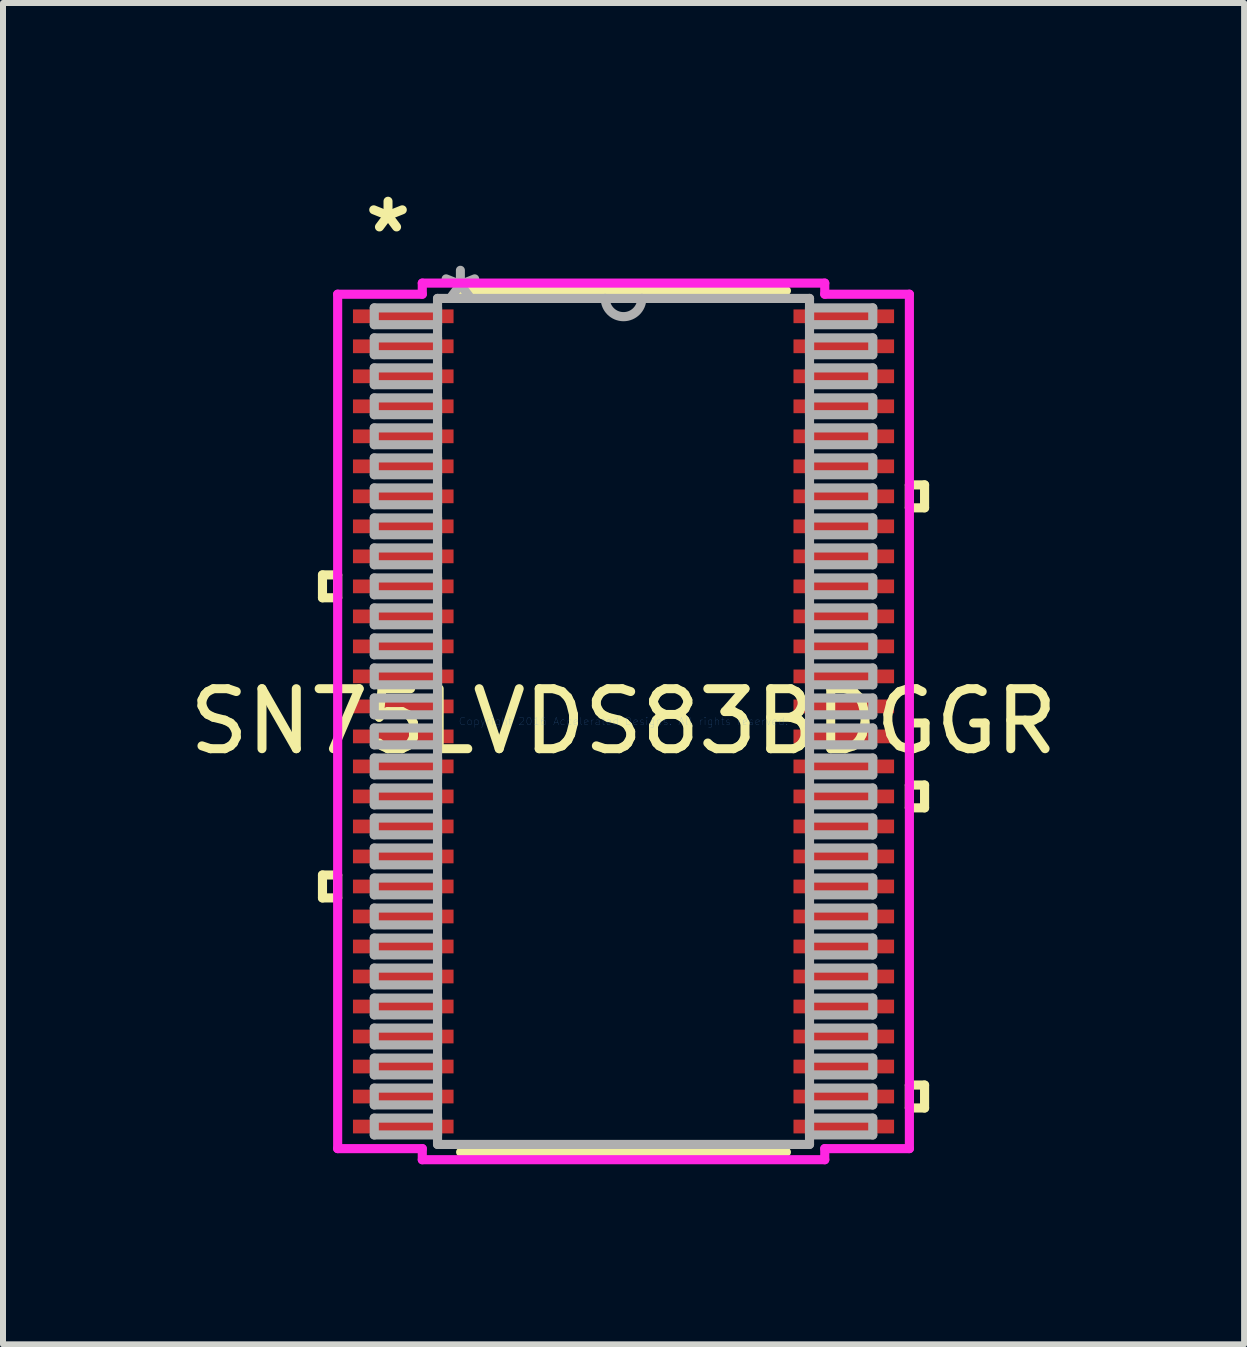
<source format=kicad_pcb>
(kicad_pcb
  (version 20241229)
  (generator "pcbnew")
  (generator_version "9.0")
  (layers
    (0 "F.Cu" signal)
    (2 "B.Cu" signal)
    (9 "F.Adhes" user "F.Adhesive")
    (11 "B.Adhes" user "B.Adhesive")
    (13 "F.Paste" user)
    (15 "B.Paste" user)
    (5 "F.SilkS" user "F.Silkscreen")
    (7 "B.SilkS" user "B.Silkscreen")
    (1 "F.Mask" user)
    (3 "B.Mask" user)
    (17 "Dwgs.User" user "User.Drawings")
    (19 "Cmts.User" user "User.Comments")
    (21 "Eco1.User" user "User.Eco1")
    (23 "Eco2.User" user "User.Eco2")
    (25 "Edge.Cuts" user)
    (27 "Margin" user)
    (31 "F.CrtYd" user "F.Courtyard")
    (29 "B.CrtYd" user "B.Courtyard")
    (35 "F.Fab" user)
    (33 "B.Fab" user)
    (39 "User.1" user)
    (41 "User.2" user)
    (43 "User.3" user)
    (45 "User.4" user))
  (footprint "SN75LVDS83BDGGR"
    (layer "F.Cu")
    (at 7.339 8.97)
    (property "Reference" "SN75LVDS83BDGGR" (at 0 0 0) (layer "F.SilkS") (effects (font (size 1 1) (thickness 0.15))))
    (attr through_hole)
    (fp_line (start -5.016 -2.441) (end -5.016 -2.06) (stroke (width 0.152) (type solid)) (layer "F.SilkS"))
    (fp_line (start -5.016 -2.06) (end -4.763 -2.06) (stroke (width 0.152) (type solid)) (layer "F.SilkS"))
    (fp_line (start -5.016 2.559) (end -5.016 2.941) (stroke (width 0.152) (type solid)) (layer "F.SilkS"))
    (fp_line (start -5.016 2.941) (end -4.763 2.941) (stroke (width 0.152) (type solid)) (layer "F.SilkS"))
    (fp_line (start -4.763 -2.441) (end -5.016 -2.441) (stroke (width 0.152) (type solid)) (layer "F.SilkS"))
    (fp_line (start -4.763 -2.06) (end -4.763 -2.441) (stroke (width 0.152) (type solid)) (layer "F.SilkS"))
    (fp_line (start -4.763 2.559) (end -5.016 2.559) (stroke (width 0.152) (type solid)) (layer "F.SilkS"))
    (fp_line (start -4.763 2.941) (end -4.763 2.559) (stroke (width 0.152) (type solid)) (layer "F.SilkS"))
    (fp_line (start -2.714 7.176) (end 2.714 7.176) (stroke (width 0.152) (type solid)) (layer "F.SilkS"))
    (fp_line (start 2.714 -7.176) (end -2.714 -7.176) (stroke (width 0.152) (type solid)) (layer "F.SilkS"))
    (fp_line (start 4.763 -3.941) (end 5.016 -3.941) (stroke (width 0.152) (type solid)) (layer "F.SilkS"))
    (fp_line (start 4.763 -3.559) (end 4.763 -3.941) (stroke (width 0.152) (type solid)) (layer "F.SilkS"))
    (fp_line (start 4.763 1.06) (end 5.016 1.06) (stroke (width 0.152) (type solid)) (layer "F.SilkS"))
    (fp_line (start 4.763 1.44) (end 4.763 1.06) (stroke (width 0.152) (type solid)) (layer "F.SilkS"))
    (fp_line (start 4.763 6.059) (end 5.016 6.059) (stroke (width 0.152) (type solid)) (layer "F.SilkS"))
    (fp_line (start 4.763 6.441) (end 4.763 6.059) (stroke (width 0.152) (type solid)) (layer "F.SilkS"))
    (fp_line (start 5.016 -3.941) (end 5.016 -3.559) (stroke (width 0.152) (type solid)) (layer "F.SilkS"))
    (fp_line (start 5.016 -3.559) (end 4.763 -3.559) (stroke (width 0.152) (type solid)) (layer "F.SilkS"))
    (fp_line (start 5.016 1.06) (end 5.016 1.44) (stroke (width 0.152) (type solid)) (layer "F.SilkS"))
    (fp_line (start 5.016 1.44) (end 4.763 1.44) (stroke (width 0.152) (type solid)) (layer "F.SilkS"))
    (fp_line (start 5.016 6.059) (end 5.016 6.441) (stroke (width 0.152) (type solid)) (layer "F.SilkS"))
    (fp_line (start 5.016 6.441) (end 4.763 6.441) (stroke (width 0.152) (type solid)) (layer "F.SilkS"))
    (fp_line (start -4.763 -7.118) (end -3.353 -7.118) (stroke (width 0.152) (type solid)) (layer "F.CrtYd"))
    (fp_line (start -4.763 7.118) (end -4.763 -7.118) (stroke (width 0.152) (type solid)) (layer "F.CrtYd"))
    (fp_line (start -3.353 -7.303) (end 3.353 -7.303) (stroke (width 0.152) (type solid)) (layer "F.CrtYd"))
    (fp_line (start -3.353 -7.118) (end -3.353 -7.303) (stroke (width 0.152) (type solid)) (layer "F.CrtYd"))
    (fp_line (start -3.353 7.118) (end -4.763 7.118) (stroke (width 0.152) (type solid)) (layer "F.CrtYd"))
    (fp_line (start -3.353 7.303) (end -3.353 7.118) (stroke (width 0.152) (type solid)) (layer "F.CrtYd"))
    (fp_line (start 3.353 -7.303) (end 3.353 -7.118) (stroke (width 0.152) (type solid)) (layer "F.CrtYd"))
    (fp_line (start 3.353 -7.118) (end 4.763 -7.118) (stroke (width 0.152) (type solid)) (layer "F.CrtYd"))
    (fp_line (start 3.353 7.118) (end 3.353 7.303) (stroke (width 0.152) (type solid)) (layer "F.CrtYd"))
    (fp_line (start 3.353 7.303) (end -3.353 7.303) (stroke (width 0.152) (type solid)) (layer "F.CrtYd"))
    (fp_line (start 4.763 -7.118) (end 4.763 7.118) (stroke (width 0.152) (type solid)) (layer "F.CrtYd"))
    (fp_line (start 4.763 7.118) (end 3.353 7.118) (stroke (width 0.152) (type solid)) (layer "F.CrtYd"))
    (fp_line (start -4.153 -6.89) (end -4.153 -6.61) (stroke (width 0.152) (type solid)) (layer "F.Fab"))
    (fp_line (start -4.153 -6.61) (end -3.099 -6.61) (stroke (width 0.152) (type solid)) (layer "F.Fab"))
    (fp_line (start -4.153 -6.39) (end -4.153 -6.11) (stroke (width 0.152) (type solid)) (layer "F.Fab"))
    (fp_line (start -4.153 -6.11) (end -3.099 -6.11) (stroke (width 0.152) (type solid)) (layer "F.Fab"))
    (fp_line (start -4.153 -5.89) (end -4.153 -5.61) (stroke (width 0.152) (type solid)) (layer "F.Fab"))
    (fp_line (start -4.153 -5.61) (end -3.099 -5.61) (stroke (width 0.152) (type solid)) (layer "F.Fab"))
    (fp_line (start -4.153 -5.39) (end -4.153 -5.11) (stroke (width 0.152) (type solid)) (layer "F.Fab"))
    (fp_line (start -4.153 -5.11) (end -3.099 -5.11) (stroke (width 0.152) (type solid)) (layer "F.Fab"))
    (fp_line (start -4.153 -4.89) (end -4.153 -4.61) (stroke (width 0.152) (type solid)) (layer "F.Fab"))
    (fp_line (start -4.153 -4.61) (end -3.099 -4.61) (stroke (width 0.152) (type solid)) (layer "F.Fab"))
    (fp_line (start -4.153 -4.39) (end -4.153 -4.11) (stroke (width 0.152) (type solid)) (layer "F.Fab"))
    (fp_line (start -4.153 -4.11) (end -3.099 -4.11) (stroke (width 0.152) (type solid)) (layer "F.Fab"))
    (fp_line (start -4.153 -3.89) (end -4.153 -3.61) (stroke (width 0.152) (type solid)) (layer "F.Fab"))
    (fp_line (start -4.153 -3.61) (end -3.099 -3.61) (stroke (width 0.152) (type solid)) (layer "F.Fab"))
    (fp_line (start -4.153 -3.39) (end -4.153 -3.11) (stroke (width 0.152) (type solid)) (layer "F.Fab"))
    (fp_line (start -4.153 -3.11) (end -3.099 -3.11) (stroke (width 0.152) (type solid)) (layer "F.Fab"))
    (fp_line (start -4.153 -2.89) (end -4.153 -2.61) (stroke (width 0.152) (type solid)) (layer "F.Fab"))
    (fp_line (start -4.153 -2.61) (end -3.099 -2.61) (stroke (width 0.152) (type solid)) (layer "F.Fab"))
    (fp_line (start -4.153 -2.39) (end -4.153 -2.11) (stroke (width 0.152) (type solid)) (layer "F.Fab"))
    (fp_line (start -4.153 -2.11) (end -3.099 -2.11) (stroke (width 0.152) (type solid)) (layer "F.Fab"))
    (fp_line (start -4.153 -1.89) (end -4.153 -1.61) (stroke (width 0.152) (type solid)) (layer "F.Fab"))
    (fp_line (start -4.153 -1.61) (end -3.099 -1.61) (stroke (width 0.152) (type solid)) (layer "F.Fab"))
    (fp_line (start -4.153 -1.39) (end -4.153 -1.11) (stroke (width 0.152) (type solid)) (layer "F.Fab"))
    (fp_line (start -4.153 -1.11) (end -3.099 -1.11) (stroke (width 0.152) (type solid)) (layer "F.Fab"))
    (fp_line (start -4.153 -0.89) (end -4.153 -0.61) (stroke (width 0.152) (type solid)) (layer "F.Fab"))
    (fp_line (start -4.153 -0.61) (end -3.099 -0.61) (stroke (width 0.152) (type solid)) (layer "F.Fab"))
    (fp_line (start -4.153 -0.39) (end -4.153 -0.11) (stroke (width 0.152) (type solid)) (layer "F.Fab"))
    (fp_line (start -4.153 -0.11) (end -3.099 -0.11) (stroke (width 0.152) (type solid)) (layer "F.Fab"))
    (fp_line (start -4.153 0.11) (end -4.153 0.39) (stroke (width 0.152) (type solid)) (layer "F.Fab"))
    (fp_line (start -4.153 0.39) (end -3.099 0.39) (stroke (width 0.152) (type solid)) (layer "F.Fab"))
    (fp_line (start -4.153 0.61) (end -4.153 0.89) (stroke (width 0.152) (type solid)) (layer "F.Fab"))
    (fp_line (start -4.153 0.89) (end -3.099 0.89) (stroke (width 0.152) (type solid)) (layer "F.Fab"))
    (fp_line (start -4.153 1.11) (end -4.153 1.39) (stroke (width 0.152) (type solid)) (layer "F.Fab"))
    (fp_line (start -4.153 1.39) (end -3.099 1.39) (stroke (width 0.152) (type solid)) (layer "F.Fab"))
    (fp_line (start -4.153 1.61) (end -4.153 1.89) (stroke (width 0.152) (type solid)) (layer "F.Fab"))
    (fp_line (start -4.153 1.89) (end -3.099 1.89) (stroke (width 0.152) (type solid)) (layer "F.Fab"))
    (fp_line (start -4.153 2.11) (end -4.153 2.39) (stroke (width 0.152) (type solid)) (layer "F.Fab"))
    (fp_line (start -4.153 2.39) (end -3.099 2.39) (stroke (width 0.152) (type solid)) (layer "F.Fab"))
    (fp_line (start -4.153 2.61) (end -4.153 2.89) (stroke (width 0.152) (type solid)) (layer "F.Fab"))
    (fp_line (start -4.153 2.89) (end -3.099 2.89) (stroke (width 0.152) (type solid)) (layer "F.Fab"))
    (fp_line (start -4.153 3.11) (end -4.153 3.39) (stroke (width 0.152) (type solid)) (layer "F.Fab"))
    (fp_line (start -4.153 3.39) (end -3.099 3.39) (stroke (width 0.152) (type solid)) (layer "F.Fab"))
    (fp_line (start -4.153 3.61) (end -4.153 3.89) (stroke (width 0.152) (type solid)) (layer "F.Fab"))
    (fp_line (start -4.153 3.89) (end -3.099 3.89) (stroke (width 0.152) (type solid)) (layer "F.Fab"))
    (fp_line (start -4.153 4.11) (end -4.153 4.39) (stroke (width 0.152) (type solid)) (layer "F.Fab"))
    (fp_line (start -4.153 4.39) (end -3.099 4.39) (stroke (width 0.152) (type solid)) (layer "F.Fab"))
    (fp_line (start -4.153 4.61) (end -4.153 4.89) (stroke (width 0.152) (type solid)) (layer "F.Fab"))
    (fp_line (start -4.153 4.89) (end -3.099 4.89) (stroke (width 0.152) (type solid)) (layer "F.Fab"))
    (fp_line (start -4.153 5.11) (end -4.153 5.39) (stroke (width 0.152) (type solid)) (layer "F.Fab"))
    (fp_line (start -4.153 5.39) (end -3.099 5.39) (stroke (width 0.152) (type solid)) (layer "F.Fab"))
    (fp_line (start -4.153 5.61) (end -4.153 5.89) (stroke (width 0.152) (type solid)) (layer "F.Fab"))
    (fp_line (start -4.153 5.89) (end -3.099 5.89) (stroke (width 0.152) (type solid)) (layer "F.Fab"))
    (fp_line (start -4.153 6.11) (end -4.153 6.39) (stroke (width 0.152) (type solid)) (layer "F.Fab"))
    (fp_line (start -4.153 6.39) (end -3.099 6.39) (stroke (width 0.152) (type solid)) (layer "F.Fab"))
    (fp_line (start -4.153 6.61) (end -4.153 6.89) (stroke (width 0.152) (type solid)) (layer "F.Fab"))
    (fp_line (start -4.153 6.89) (end -3.099 6.89) (stroke (width 0.152) (type solid)) (layer "F.Fab"))
    (fp_line (start -3.099 -7.048) (end -3.099 7.048) (stroke (width 0.152) (type solid)) (layer "F.Fab"))
    (fp_line (start -3.099 -6.89) (end -4.153 -6.89) (stroke (width 0.152) (type solid)) (layer "F.Fab"))
    (fp_line (start -3.099 -6.61) (end -3.099 -6.89) (stroke (width 0.152) (type solid)) (layer "F.Fab"))
    (fp_line (start -3.099 -6.39) (end -4.153 -6.39) (stroke (width 0.152) (type solid)) (layer "F.Fab"))
    (fp_line (start -3.099 -6.11) (end -3.099 -6.39) (stroke (width 0.152) (type solid)) (layer "F.Fab"))
    (fp_line (start -3.099 -5.89) (end -4.153 -5.89) (stroke (width 0.152) (type solid)) (layer "F.Fab"))
    (fp_line (start -3.099 -5.61) (end -3.099 -5.89) (stroke (width 0.152) (type solid)) (layer "F.Fab"))
    (fp_line (start -3.099 -5.39) (end -4.153 -5.39) (stroke (width 0.152) (type solid)) (layer "F.Fab"))
    (fp_line (start -3.099 -5.11) (end -3.099 -5.39) (stroke (width 0.152) (type solid)) (layer "F.Fab"))
    (fp_line (start -3.099 -4.89) (end -4.153 -4.89) (stroke (width 0.152) (type solid)) (layer "F.Fab"))
    (fp_line (start -3.099 -4.61) (end -3.099 -4.89) (stroke (width 0.152) (type solid)) (layer "F.Fab"))
    (fp_line (start -3.099 -4.39) (end -4.153 -4.39) (stroke (width 0.152) (type solid)) (layer "F.Fab"))
    (fp_line (start -3.099 -4.11) (end -3.099 -4.39) (stroke (width 0.152) (type solid)) (layer "F.Fab"))
    (fp_line (start -3.099 -3.89) (end -4.153 -3.89) (stroke (width 0.152) (type solid)) (layer "F.Fab"))
    (fp_line (start -3.099 -3.61) (end -3.099 -3.89) (stroke (width 0.152) (type solid)) (layer "F.Fab"))
    (fp_line (start -3.099 -3.39) (end -4.153 -3.39) (stroke (width 0.152) (type solid)) (layer "F.Fab"))
    (fp_line (start -3.099 -3.11) (end -3.099 -3.39) (stroke (width 0.152) (type solid)) (layer "F.Fab"))
    (fp_line (start -3.099 -2.89) (end -4.153 -2.89) (stroke (width 0.152) (type solid)) (layer "F.Fab"))
    (fp_line (start -3.099 -2.61) (end -3.099 -2.89) (stroke (width 0.152) (type solid)) (layer "F.Fab"))
    (fp_line (start -3.099 -2.39) (end -4.153 -2.39) (stroke (width 0.152) (type solid)) (layer "F.Fab"))
    (fp_line (start -3.099 -2.11) (end -3.099 -2.39) (stroke (width 0.152) (type solid)) (layer "F.Fab"))
    (fp_line (start -3.099 -1.89) (end -4.153 -1.89) (stroke (width 0.152) (type solid)) (layer "F.Fab"))
    (fp_line (start -3.099 -1.61) (end -3.099 -1.89) (stroke (width 0.152) (type solid)) (layer "F.Fab"))
    (fp_line (start -3.099 -1.39) (end -4.153 -1.39) (stroke (width 0.152) (type solid)) (layer "F.Fab"))
    (fp_line (start -3.099 -1.11) (end -3.099 -1.39) (stroke (width 0.152) (type solid)) (layer "F.Fab"))
    (fp_line (start -3.099 -0.89) (end -4.153 -0.89) (stroke (width 0.152) (type solid)) (layer "F.Fab"))
    (fp_line (start -3.099 -0.61) (end -3.099 -0.89) (stroke (width 0.152) (type solid)) (layer "F.Fab"))
    (fp_line (start -3.099 -0.39) (end -4.153 -0.39) (stroke (width 0.152) (type solid)) (layer "F.Fab"))
    (fp_line (start -3.099 -0.11) (end -3.099 -0.39) (stroke (width 0.152) (type solid)) (layer "F.Fab"))
    (fp_line (start -3.099 0.11) (end -4.153 0.11) (stroke (width 0.152) (type solid)) (layer "F.Fab"))
    (fp_line (start -3.099 0.39) (end -3.099 0.11) (stroke (width 0.152) (type solid)) (layer "F.Fab"))
    (fp_line (start -3.099 0.61) (end -4.153 0.61) (stroke (width 0.152) (type solid)) (layer "F.Fab"))
    (fp_line (start -3.099 0.89) (end -3.099 0.61) (stroke (width 0.152) (type solid)) (layer "F.Fab"))
    (fp_line (start -3.099 1.11) (end -4.153 1.11) (stroke (width 0.152) (type solid)) (layer "F.Fab"))
    (fp_line (start -3.099 1.39) (end -3.099 1.11) (stroke (width 0.152) (type solid)) (layer "F.Fab"))
    (fp_line (start -3.099 1.61) (end -4.153 1.61) (stroke (width 0.152) (type solid)) (layer "F.Fab"))
    (fp_line (start -3.099 1.89) (end -3.099 1.61) (stroke (width 0.152) (type solid)) (layer "F.Fab"))
    (fp_line (start -3.099 2.11) (end -4.153 2.11) (stroke (width 0.152) (type solid)) (layer "F.Fab"))
    (fp_line (start -3.099 2.39) (end -3.099 2.11) (stroke (width 0.152) (type solid)) (layer "F.Fab"))
    (fp_line (start -3.099 2.61) (end -4.153 2.61) (stroke (width 0.152) (type solid)) (layer "F.Fab"))
    (fp_line (start -3.099 2.89) (end -3.099 2.61) (stroke (width 0.152) (type solid)) (layer "F.Fab"))
    (fp_line (start -3.099 3.11) (end -4.153 3.11) (stroke (width 0.152) (type solid)) (layer "F.Fab"))
    (fp_line (start -3.099 3.39) (end -3.099 3.11) (stroke (width 0.152) (type solid)) (layer "F.Fab"))
    (fp_line (start -3.099 3.61) (end -4.153 3.61) (stroke (width 0.152) (type solid)) (layer "F.Fab"))
    (fp_line (start -3.099 3.89) (end -3.099 3.61) (stroke (width 0.152) (type solid)) (layer "F.Fab"))
    (fp_line (start -3.099 4.11) (end -4.153 4.11) (stroke (width 0.152) (type solid)) (layer "F.Fab"))
    (fp_line (start -3.099 4.39) (end -3.099 4.11) (stroke (width 0.152) (type solid)) (layer "F.Fab"))
    (fp_line (start -3.099 4.61) (end -4.153 4.61) (stroke (width 0.152) (type solid)) (layer "F.Fab"))
    (fp_line (start -3.099 4.89) (end -3.099 4.61) (stroke (width 0.152) (type solid)) (layer "F.Fab"))
    (fp_line (start -3.099 5.11) (end -4.153 5.11) (stroke (width 0.152) (type solid)) (layer "F.Fab"))
    (fp_line (start -3.099 5.39) (end -3.099 5.11) (stroke (width 0.152) (type solid)) (layer "F.Fab"))
    (fp_line (start -3.099 5.61) (end -4.153 5.61) (stroke (width 0.152) (type solid)) (layer "F.Fab"))
    (fp_line (start -3.099 5.89) (end -3.099 5.61) (stroke (width 0.152) (type solid)) (layer "F.Fab"))
    (fp_line (start -3.099 6.11) (end -4.153 6.11) (stroke (width 0.152) (type solid)) (layer "F.Fab"))
    (fp_line (start -3.099 6.39) (end -3.099 6.11) (stroke (width 0.152) (type solid)) (layer "F.Fab"))
    (fp_line (start -3.099 6.61) (end -4.153 6.61) (stroke (width 0.152) (type solid)) (layer "F.Fab"))
    (fp_line (start -3.099 6.89) (end -3.099 6.61) (stroke (width 0.152) (type solid)) (layer "F.Fab"))
    (fp_line (start -3.099 7.048) (end 3.099 7.048) (stroke (width 0.152) (type solid)) (layer "F.Fab"))
    (fp_line (start 3.099 -7.048) (end -3.099 -7.048) (stroke (width 0.152) (type solid)) (layer "F.Fab"))
    (fp_line (start 3.099 -6.89) (end 3.099 -6.61) (stroke (width 0.152) (type solid)) (layer "F.Fab"))
    (fp_line (start 3.099 -6.61) (end 4.153 -6.61) (stroke (width 0.152) (type solid)) (layer "F.Fab"))
    (fp_line (start 3.099 -6.39) (end 3.099 -6.11) (stroke (width 0.152) (type solid)) (layer "F.Fab"))
    (fp_line (start 3.099 -6.11) (end 4.153 -6.11) (stroke (width 0.152) (type solid)) (layer "F.Fab"))
    (fp_line (start 3.099 -5.89) (end 3.099 -5.61) (stroke (width 0.152) (type solid)) (layer "F.Fab"))
    (fp_line (start 3.099 -5.61) (end 4.153 -5.61) (stroke (width 0.152) (type solid)) (layer "F.Fab"))
    (fp_line (start 3.099 -5.39) (end 3.099 -5.11) (stroke (width 0.152) (type solid)) (layer "F.Fab"))
    (fp_line (start 3.099 -5.11) (end 4.153 -5.11) (stroke (width 0.152) (type solid)) (layer "F.Fab"))
    (fp_line (start 3.099 -4.89) (end 3.099 -4.61) (stroke (width 0.152) (type solid)) (layer "F.Fab"))
    (fp_line (start 3.099 -4.61) (end 4.153 -4.61) (stroke (width 0.152) (type solid)) (layer "F.Fab"))
    (fp_line (start 3.099 -4.39) (end 3.099 -4.11) (stroke (width 0.152) (type solid)) (layer "F.Fab"))
    (fp_line (start 3.099 -4.11) (end 4.153 -4.11) (stroke (width 0.152) (type solid)) (layer "F.Fab"))
    (fp_line (start 3.099 -3.89) (end 3.099 -3.61) (stroke (width 0.152) (type solid)) (layer "F.Fab"))
    (fp_line (start 3.099 -3.61) (end 4.153 -3.61) (stroke (width 0.152) (type solid)) (layer "F.Fab"))
    (fp_line (start 3.099 -3.39) (end 3.099 -3.11) (stroke (width 0.152) (type solid)) (layer "F.Fab"))
    (fp_line (start 3.099 -3.11) (end 4.153 -3.11) (stroke (width 0.152) (type solid)) (layer "F.Fab"))
    (fp_line (start 3.099 -2.89) (end 3.099 -2.61) (stroke (width 0.152) (type solid)) (layer "F.Fab"))
    (fp_line (start 3.099 -2.61) (end 4.153 -2.61) (stroke (width 0.152) (type solid)) (layer "F.Fab"))
    (fp_line (start 3.099 -2.39) (end 3.099 -2.11) (stroke (width 0.152) (type solid)) (layer "F.Fab"))
    (fp_line (start 3.099 -2.11) (end 4.153 -2.11) (stroke (width 0.152) (type solid)) (layer "F.Fab"))
    (fp_line (start 3.099 -1.89) (end 3.099 -1.61) (stroke (width 0.152) (type solid)) (layer "F.Fab"))
    (fp_line (start 3.099 -1.61) (end 4.153 -1.61) (stroke (width 0.152) (type solid)) (layer "F.Fab"))
    (fp_line (start 3.099 -1.39) (end 3.099 -1.11) (stroke (width 0.152) (type solid)) (layer "F.Fab"))
    (fp_line (start 3.099 -1.11) (end 4.153 -1.11) (stroke (width 0.152) (type solid)) (layer "F.Fab"))
    (fp_line (start 3.099 -0.89) (end 3.099 -0.61) (stroke (width 0.152) (type solid)) (layer "F.Fab"))
    (fp_line (start 3.099 -0.61) (end 4.153 -0.61) (stroke (width 0.152) (type solid)) (layer "F.Fab"))
    (fp_line (start 3.099 -0.39) (end 3.099 -0.11) (stroke (width 0.152) (type solid)) (layer "F.Fab"))
    (fp_line (start 3.099 -0.11) (end 4.153 -0.11) (stroke (width 0.152) (type solid)) (layer "F.Fab"))
    (fp_line (start 3.099 0.11) (end 3.099 0.39) (stroke (width 0.152) (type solid)) (layer "F.Fab"))
    (fp_line (start 3.099 0.39) (end 4.153 0.39) (stroke (width 0.152) (type solid)) (layer "F.Fab"))
    (fp_line (start 3.099 0.61) (end 3.099 0.89) (stroke (width 0.152) (type solid)) (layer "F.Fab"))
    (fp_line (start 3.099 0.89) (end 4.153 0.89) (stroke (width 0.152) (type solid)) (layer "F.Fab"))
    (fp_line (start 3.099 1.11) (end 3.099 1.39) (stroke (width 0.152) (type solid)) (layer "F.Fab"))
    (fp_line (start 3.099 1.39) (end 4.153 1.39) (stroke (width 0.152) (type solid)) (layer "F.Fab"))
    (fp_line (start 3.099 1.61) (end 3.099 1.89) (stroke (width 0.152) (type solid)) (layer "F.Fab"))
    (fp_line (start 3.099 1.89) (end 4.153 1.89) (stroke (width 0.152) (type solid)) (layer "F.Fab"))
    (fp_line (start 3.099 2.11) (end 3.099 2.39) (stroke (width 0.152) (type solid)) (layer "F.Fab"))
    (fp_line (start 3.099 2.39) (end 4.153 2.39) (stroke (width 0.152) (type solid)) (layer "F.Fab"))
    (fp_line (start 3.099 2.61) (end 3.099 2.89) (stroke (width 0.152) (type solid)) (layer "F.Fab"))
    (fp_line (start 3.099 2.89) (end 4.153 2.89) (stroke (width 0.152) (type solid)) (layer "F.Fab"))
    (fp_line (start 3.099 3.11) (end 3.099 3.39) (stroke (width 0.152) (type solid)) (layer "F.Fab"))
    (fp_line (start 3.099 3.39) (end 4.153 3.39) (stroke (width 0.152) (type solid)) (layer "F.Fab"))
    (fp_line (start 3.099 3.61) (end 3.099 3.89) (stroke (width 0.152) (type solid)) (layer "F.Fab"))
    (fp_line (start 3.099 3.89) (end 4.153 3.89) (stroke (width 0.152) (type solid)) (layer "F.Fab"))
    (fp_line (start 3.099 4.11) (end 3.099 4.39) (stroke (width 0.152) (type solid)) (layer "F.Fab"))
    (fp_line (start 3.099 4.39) (end 4.153 4.39) (stroke (width 0.152) (type solid)) (layer "F.Fab"))
    (fp_line (start 3.099 4.61) (end 3.099 4.89) (stroke (width 0.152) (type solid)) (layer "F.Fab"))
    (fp_line (start 3.099 4.89) (end 4.153 4.89) (stroke (width 0.152) (type solid)) (layer "F.Fab"))
    (fp_line (start 3.099 5.11) (end 3.099 5.39) (stroke (width 0.152) (type solid)) (layer "F.Fab"))
    (fp_line (start 3.099 5.39) (end 4.153 5.39) (stroke (width 0.152) (type solid)) (layer "F.Fab"))
    (fp_line (start 3.099 5.61) (end 3.099 5.89) (stroke (width 0.152) (type solid)) (layer "F.Fab"))
    (fp_line (start 3.099 5.89) (end 4.153 5.89) (stroke (width 0.152) (type solid)) (layer "F.Fab"))
    (fp_line (start 3.099 6.11) (end 3.099 6.39) (stroke (width 0.152) (type solid)) (layer "F.Fab"))
    (fp_line (start 3.099 6.39) (end 4.153 6.39) (stroke (width 0.152) (type solid)) (layer "F.Fab"))
    (fp_line (start 3.099 6.61) (end 3.099 6.89) (stroke (width 0.152) (type solid)) (layer "F.Fab"))
    (fp_line (start 3.099 6.89) (end 4.153 6.89) (stroke (width 0.152) (type solid)) (layer "F.Fab"))
    (fp_line (start 3.099 7.048) (end 3.099 -7.048) (stroke (width 0.152) (type solid)) (layer "F.Fab"))
    (fp_line (start 4.153 -6.89) (end 3.099 -6.89) (stroke (width 0.152) (type solid)) (layer "F.Fab"))
    (fp_line (start 4.153 -6.61) (end 4.153 -6.89) (stroke (width 0.152) (type solid)) (layer "F.Fab"))
    (fp_line (start 4.153 -6.39) (end 3.099 -6.39) (stroke (width 0.152) (type solid)) (layer "F.Fab"))
    (fp_line (start 4.153 -6.11) (end 4.153 -6.39) (stroke (width 0.152) (type solid)) (layer "F.Fab"))
    (fp_line (start 4.153 -5.89) (end 3.099 -5.89) (stroke (width 0.152) (type solid)) (layer "F.Fab"))
    (fp_line (start 4.153 -5.61) (end 4.153 -5.89) (stroke (width 0.152) (type solid)) (layer "F.Fab"))
    (fp_line (start 4.153 -5.39) (end 3.099 -5.39) (stroke (width 0.152) (type solid)) (layer "F.Fab"))
    (fp_line (start 4.153 -5.11) (end 4.153 -5.39) (stroke (width 0.152) (type solid)) (layer "F.Fab"))
    (fp_line (start 4.153 -4.89) (end 3.099 -4.89) (stroke (width 0.152) (type solid)) (layer "F.Fab"))
    (fp_line (start 4.153 -4.61) (end 4.153 -4.89) (stroke (width 0.152) (type solid)) (layer "F.Fab"))
    (fp_line (start 4.153 -4.39) (end 3.099 -4.39) (stroke (width 0.152) (type solid)) (layer "F.Fab"))
    (fp_line (start 4.153 -4.11) (end 4.153 -4.39) (stroke (width 0.152) (type solid)) (layer "F.Fab"))
    (fp_line (start 4.153 -3.89) (end 3.099 -3.89) (stroke (width 0.152) (type solid)) (layer "F.Fab"))
    (fp_line (start 4.153 -3.61) (end 4.153 -3.89) (stroke (width 0.152) (type solid)) (layer "F.Fab"))
    (fp_line (start 4.153 -3.39) (end 3.099 -3.39) (stroke (width 0.152) (type solid)) (layer "F.Fab"))
    (fp_line (start 4.153 -3.11) (end 4.153 -3.39) (stroke (width 0.152) (type solid)) (layer "F.Fab"))
    (fp_line (start 4.153 -2.89) (end 3.099 -2.89) (stroke (width 0.152) (type solid)) (layer "F.Fab"))
    (fp_line (start 4.153 -2.61) (end 4.153 -2.89) (stroke (width 0.152) (type solid)) (layer "F.Fab"))
    (fp_line (start 4.153 -2.39) (end 3.099 -2.39) (stroke (width 0.152) (type solid)) (layer "F.Fab"))
    (fp_line (start 4.153 -2.11) (end 4.153 -2.39) (stroke (width 0.152) (type solid)) (layer "F.Fab"))
    (fp_line (start 4.153 -1.89) (end 3.099 -1.89) (stroke (width 0.152) (type solid)) (layer "F.Fab"))
    (fp_line (start 4.153 -1.61) (end 4.153 -1.89) (stroke (width 0.152) (type solid)) (layer "F.Fab"))
    (fp_line (start 4.153 -1.39) (end 3.099 -1.39) (stroke (width 0.152) (type solid)) (layer "F.Fab"))
    (fp_line (start 4.153 -1.11) (end 4.153 -1.39) (stroke (width 0.152) (type solid)) (layer "F.Fab"))
    (fp_line (start 4.153 -0.89) (end 3.099 -0.89) (stroke (width 0.152) (type solid)) (layer "F.Fab"))
    (fp_line (start 4.153 -0.61) (end 4.153 -0.89) (stroke (width 0.152) (type solid)) (layer "F.Fab"))
    (fp_line (start 4.153 -0.39) (end 3.099 -0.39) (stroke (width 0.152) (type solid)) (layer "F.Fab"))
    (fp_line (start 4.153 -0.11) (end 4.153 -0.39) (stroke (width 0.152) (type solid)) (layer "F.Fab"))
    (fp_line (start 4.153 0.11) (end 3.099 0.11) (stroke (width 0.152) (type solid)) (layer "F.Fab"))
    (fp_line (start 4.153 0.39) (end 4.153 0.11) (stroke (width 0.152) (type solid)) (layer "F.Fab"))
    (fp_line (start 4.153 0.61) (end 3.099 0.61) (stroke (width 0.152) (type solid)) (layer "F.Fab"))
    (fp_line (start 4.153 0.89) (end 4.153 0.61) (stroke (width 0.152) (type solid)) (layer "F.Fab"))
    (fp_line (start 4.153 1.11) (end 3.099 1.11) (stroke (width 0.152) (type solid)) (layer "F.Fab"))
    (fp_line (start 4.153 1.39) (end 4.153 1.11) (stroke (width 0.152) (type solid)) (layer "F.Fab"))
    (fp_line (start 4.153 1.61) (end 3.099 1.61) (stroke (width 0.152) (type solid)) (layer "F.Fab"))
    (fp_line (start 4.153 1.89) (end 4.153 1.61) (stroke (width 0.152) (type solid)) (layer "F.Fab"))
    (fp_line (start 4.153 2.11) (end 3.099 2.11) (stroke (width 0.152) (type solid)) (layer "F.Fab"))
    (fp_line (start 4.153 2.39) (end 4.153 2.11) (stroke (width 0.152) (type solid)) (layer "F.Fab"))
    (fp_line (start 4.153 2.61) (end 3.099 2.61) (stroke (width 0.152) (type solid)) (layer "F.Fab"))
    (fp_line (start 4.153 2.89) (end 4.153 2.61) (stroke (width 0.152) (type solid)) (layer "F.Fab"))
    (fp_line (start 4.153 3.11) (end 3.099 3.11) (stroke (width 0.152) (type solid)) (layer "F.Fab"))
    (fp_line (start 4.153 3.39) (end 4.153 3.11) (stroke (width 0.152) (type solid)) (layer "F.Fab"))
    (fp_line (start 4.153 3.61) (end 3.099 3.61) (stroke (width 0.152) (type solid)) (layer "F.Fab"))
    (fp_line (start 4.153 3.89) (end 4.153 3.61) (stroke (width 0.152) (type solid)) (layer "F.Fab"))
    (fp_line (start 4.153 4.11) (end 3.099 4.11) (stroke (width 0.152) (type solid)) (layer "F.Fab"))
    (fp_line (start 4.153 4.39) (end 4.153 4.11) (stroke (width 0.152) (type solid)) (layer "F.Fab"))
    (fp_line (start 4.153 4.61) (end 3.099 4.61) (stroke (width 0.152) (type solid)) (layer "F.Fab"))
    (fp_line (start 4.153 4.89) (end 4.153 4.61) (stroke (width 0.152) (type solid)) (layer "F.Fab"))
    (fp_line (start 4.153 5.11) (end 3.099 5.11) (stroke (width 0.152) (type solid)) (layer "F.Fab"))
    (fp_line (start 4.153 5.39) (end 4.153 5.11) (stroke (width 0.152) (type solid)) (layer "F.Fab"))
    (fp_line (start 4.153 5.61) (end 3.099 5.61) (stroke (width 0.152) (type solid)) (layer "F.Fab"))
    (fp_line (start 4.153 5.89) (end 4.153 5.61) (stroke (width 0.152) (type solid)) (layer "F.Fab"))
    (fp_line (start 4.153 6.11) (end 3.099 6.11) (stroke (width 0.152) (type solid)) (layer "F.Fab"))
    (fp_line (start 4.153 6.39) (end 4.153 6.11) (stroke (width 0.152) (type solid)) (layer "F.Fab"))
    (fp_line (start 4.153 6.61) (end 3.099 6.61) (stroke (width 0.152) (type solid)) (layer "F.Fab"))
    (fp_line (start 4.153 6.89) (end 4.153 6.61) (stroke (width 0.152) (type solid)) (layer "F.Fab"))
    (fp_arc (start 0.3048 -7.0485) (mid 0 -6.7437) (end -0.3048 -7.0485) (stroke (width 0.1524) (type solid)) (layer "F.Fab"))
    (fp_text user "*" (at -3.924 -8.122 0) (layer "F.SilkS") (effects (font (size 1 1) (thickness 0.15))))
    (fp_text user "Copyright 2016 Accelerated Designs. All rights reserved." (at 0 0 0) (layer "Cmts.User") (effects (font (size 0.127 0.127) (thickness 0.002))))
    (fp_text user "*" (at -2.718 -6.972 0) (layer "F.Fab") (effects (font (size 1 1) (thickness 0.15))))
    (pad "1" smd rect (at -3.67 -6.75) (size 1.676 0.229) (layers "F.Cu" "F.Mask" "F.Paste"))
    (pad "2" smd rect (at -3.67 -6.25) (size 1.676 0.229) (layers "F.Cu" "F.Mask" "F.Paste"))
    (pad "3" smd rect (at -3.67 -5.75) (size 1.676 0.229) (layers "F.Cu" "F.Mask" "F.Paste"))
    (pad "4" smd rect (at -3.67 -5.25) (size 1.676 0.229) (layers "F.Cu" "F.Mask" "F.Paste"))
    (pad "5" smd rect (at -3.67 -4.75) (size 1.676 0.229) (layers "F.Cu" "F.Mask" "F.Paste"))
    (pad "6" smd rect (at -3.67 -4.25) (size 1.676 0.229) (layers "F.Cu" "F.Mask" "F.Paste"))
    (pad "7" smd rect (at -3.67 -3.75) (size 1.676 0.229) (layers "F.Cu" "F.Mask" "F.Paste"))
    (pad "8" smd rect (at -3.67 -3.25) (size 1.676 0.229) (layers "F.Cu" "F.Mask" "F.Paste"))
    (pad "9" smd rect (at -3.67 -2.75) (size 1.676 0.229) (layers "F.Cu" "F.Mask" "F.Paste"))
    (pad "10" smd rect (at -3.67 -2.25) (size 1.676 0.229) (layers "F.Cu" "F.Mask" "F.Paste"))
    (pad "11" smd rect (at -3.67 -1.75) (size 1.676 0.229) (layers "F.Cu" "F.Mask" "F.Paste"))
    (pad "12" smd rect (at -3.67 -1.25) (size 1.676 0.229) (layers "F.Cu" "F.Mask" "F.Paste"))
    (pad "13" smd rect (at -3.67 -0.75) (size 1.676 0.229) (layers "F.Cu" "F.Mask" "F.Paste"))
    (pad "14" smd rect (at -3.67 -0.25) (size 1.676 0.229) (layers "F.Cu" "F.Mask" "F.Paste"))
    (pad "15" smd rect (at -3.67 0.25) (size 1.676 0.229) (layers "F.Cu" "F.Mask" "F.Paste"))
    (pad "16" smd rect (at -3.67 0.75) (size 1.676 0.229) (layers "F.Cu" "F.Mask" "F.Paste"))
    (pad "17" smd rect (at -3.67 1.25) (size 1.676 0.229) (layers "F.Cu" "F.Mask" "F.Paste"))
    (pad "18" smd rect (at -3.67 1.75) (size 1.676 0.229) (layers "F.Cu" "F.Mask" "F.Paste"))
    (pad "19" smd rect (at -3.67 2.25) (size 1.676 0.229) (layers "F.Cu" "F.Mask" "F.Paste"))
    (pad "20" smd rect (at -3.67 2.75) (size 1.676 0.229) (layers "F.Cu" "F.Mask" "F.Paste"))
    (pad "21" smd rect (at -3.67 3.25) (size 1.676 0.229) (layers "F.Cu" "F.Mask" "F.Paste"))
    (pad "22" smd rect (at -3.67 3.75) (size 1.676 0.229) (layers "F.Cu" "F.Mask" "F.Paste"))
    (pad "23" smd rect (at -3.67 4.25) (size 1.676 0.229) (layers "F.Cu" "F.Mask" "F.Paste"))
    (pad "24" smd rect (at -3.67 4.75) (size 1.676 0.229) (layers "F.Cu" "F.Mask" "F.Paste"))
    (pad "25" smd rect (at -3.67 5.25) (size 1.676 0.229) (layers "F.Cu" "F.Mask" "F.Paste"))
    (pad "26" smd rect (at -3.67 5.75) (size 1.676 0.229) (layers "F.Cu" "F.Mask" "F.Paste"))
    (pad "27" smd rect (at -3.67 6.25) (size 1.676 0.229) (layers "F.Cu" "F.Mask" "F.Paste"))
    (pad "28" smd rect (at -3.67 6.75) (size 1.676 0.229) (layers "F.Cu" "F.Mask" "F.Paste"))
    (pad "29" smd rect (at 3.67 6.75) (size 1.676 0.229) (layers "F.Cu" "F.Mask" "F.Paste"))
    (pad "30" smd rect (at 3.67 6.25) (size 1.676 0.229) (layers "F.Cu" "F.Mask" "F.Paste"))
    (pad "31" smd rect (at 3.67 5.75) (size 1.676 0.229) (layers "F.Cu" "F.Mask" "F.Paste"))
    (pad "32" smd rect (at 3.67 5.25) (size 1.676 0.229) (layers "F.Cu" "F.Mask" "F.Paste"))
    (pad "33" smd rect (at 3.67 4.75) (size 1.676 0.229) (layers "F.Cu" "F.Mask" "F.Paste"))
    (pad "34" smd rect (at 3.67 4.25) (size 1.676 0.229) (layers "F.Cu" "F.Mask" "F.Paste"))
    (pad "35" smd rect (at 3.67 3.75) (size 1.676 0.229) (layers "F.Cu" "F.Mask" "F.Paste"))
    (pad "36" smd rect (at 3.67 3.25) (size 1.676 0.229) (layers "F.Cu" "F.Mask" "F.Paste"))
    (pad "37" smd rect (at 3.67 2.75) (size 1.676 0.229) (layers "F.Cu" "F.Mask" "F.Paste"))
    (pad "38" smd rect (at 3.67 2.25) (size 1.676 0.229) (layers "F.Cu" "F.Mask" "F.Paste"))
    (pad "39" smd rect (at 3.67 1.75) (size 1.676 0.229) (layers "F.Cu" "F.Mask" "F.Paste"))
    (pad "40" smd rect (at 3.67 1.25) (size 1.676 0.229) (layers "F.Cu" "F.Mask" "F.Paste"))
    (pad "41" smd rect (at 3.67 0.75) (size 1.676 0.229) (layers "F.Cu" "F.Mask" "F.Paste"))
    (pad "42" smd rect (at 3.67 0.25) (size 1.676 0.229) (layers "F.Cu" "F.Mask" "F.Paste"))
    (pad "43" smd rect (at 3.67 -0.25) (size 1.676 0.229) (layers "F.Cu" "F.Mask" "F.Paste"))
    (pad "44" smd rect (at 3.67 -0.75) (size 1.676 0.229) (layers "F.Cu" "F.Mask" "F.Paste"))
    (pad "45" smd rect (at 3.67 -1.25) (size 1.676 0.229) (layers "F.Cu" "F.Mask" "F.Paste"))
    (pad "46" smd rect (at 3.67 -1.75) (size 1.676 0.229) (layers "F.Cu" "F.Mask" "F.Paste"))
    (pad "47" smd rect (at 3.67 -2.25) (size 1.676 0.229) (layers "F.Cu" "F.Mask" "F.Paste"))
    (pad "48" smd rect (at 3.67 -2.75) (size 1.676 0.229) (layers "F.Cu" "F.Mask" "F.Paste"))
    (pad "49" smd rect (at 3.67 -3.25) (size 1.676 0.229) (layers "F.Cu" "F.Mask" "F.Paste"))
    (pad "50" smd rect (at 3.67 -3.75) (size 1.676 0.229) (layers "F.Cu" "F.Mask" "F.Paste"))
    (pad "51" smd rect (at 3.67 -4.25) (size 1.676 0.229) (layers "F.Cu" "F.Mask" "F.Paste"))
    (pad "52" smd rect (at 3.67 -4.75) (size 1.676 0.229) (layers "F.Cu" "F.Mask" "F.Paste"))
    (pad "53" smd rect (at 3.67 -5.25) (size 1.676 0.229) (layers "F.Cu" "F.Mask" "F.Paste"))
    (pad "54" smd rect (at 3.67 -5.75) (size 1.676 0.229) (layers "F.Cu" "F.Mask" "F.Paste"))
    (pad "55" smd rect (at 3.67 -6.25) (size 1.676 0.229) (layers "F.Cu" "F.Mask" "F.Paste"))
    (pad "56" smd rect (at 3.67 -6.75) (size 1.676 0.229) (layers "F.Cu" "F.Mask" "F.Paste")))
  (gr_rect
    (start -3 -3)
    (end 17.679 19.349)
    (stroke (width 0.1) (type default))
    (fill no)
    (layer "Edge.Cuts")))
</source>
